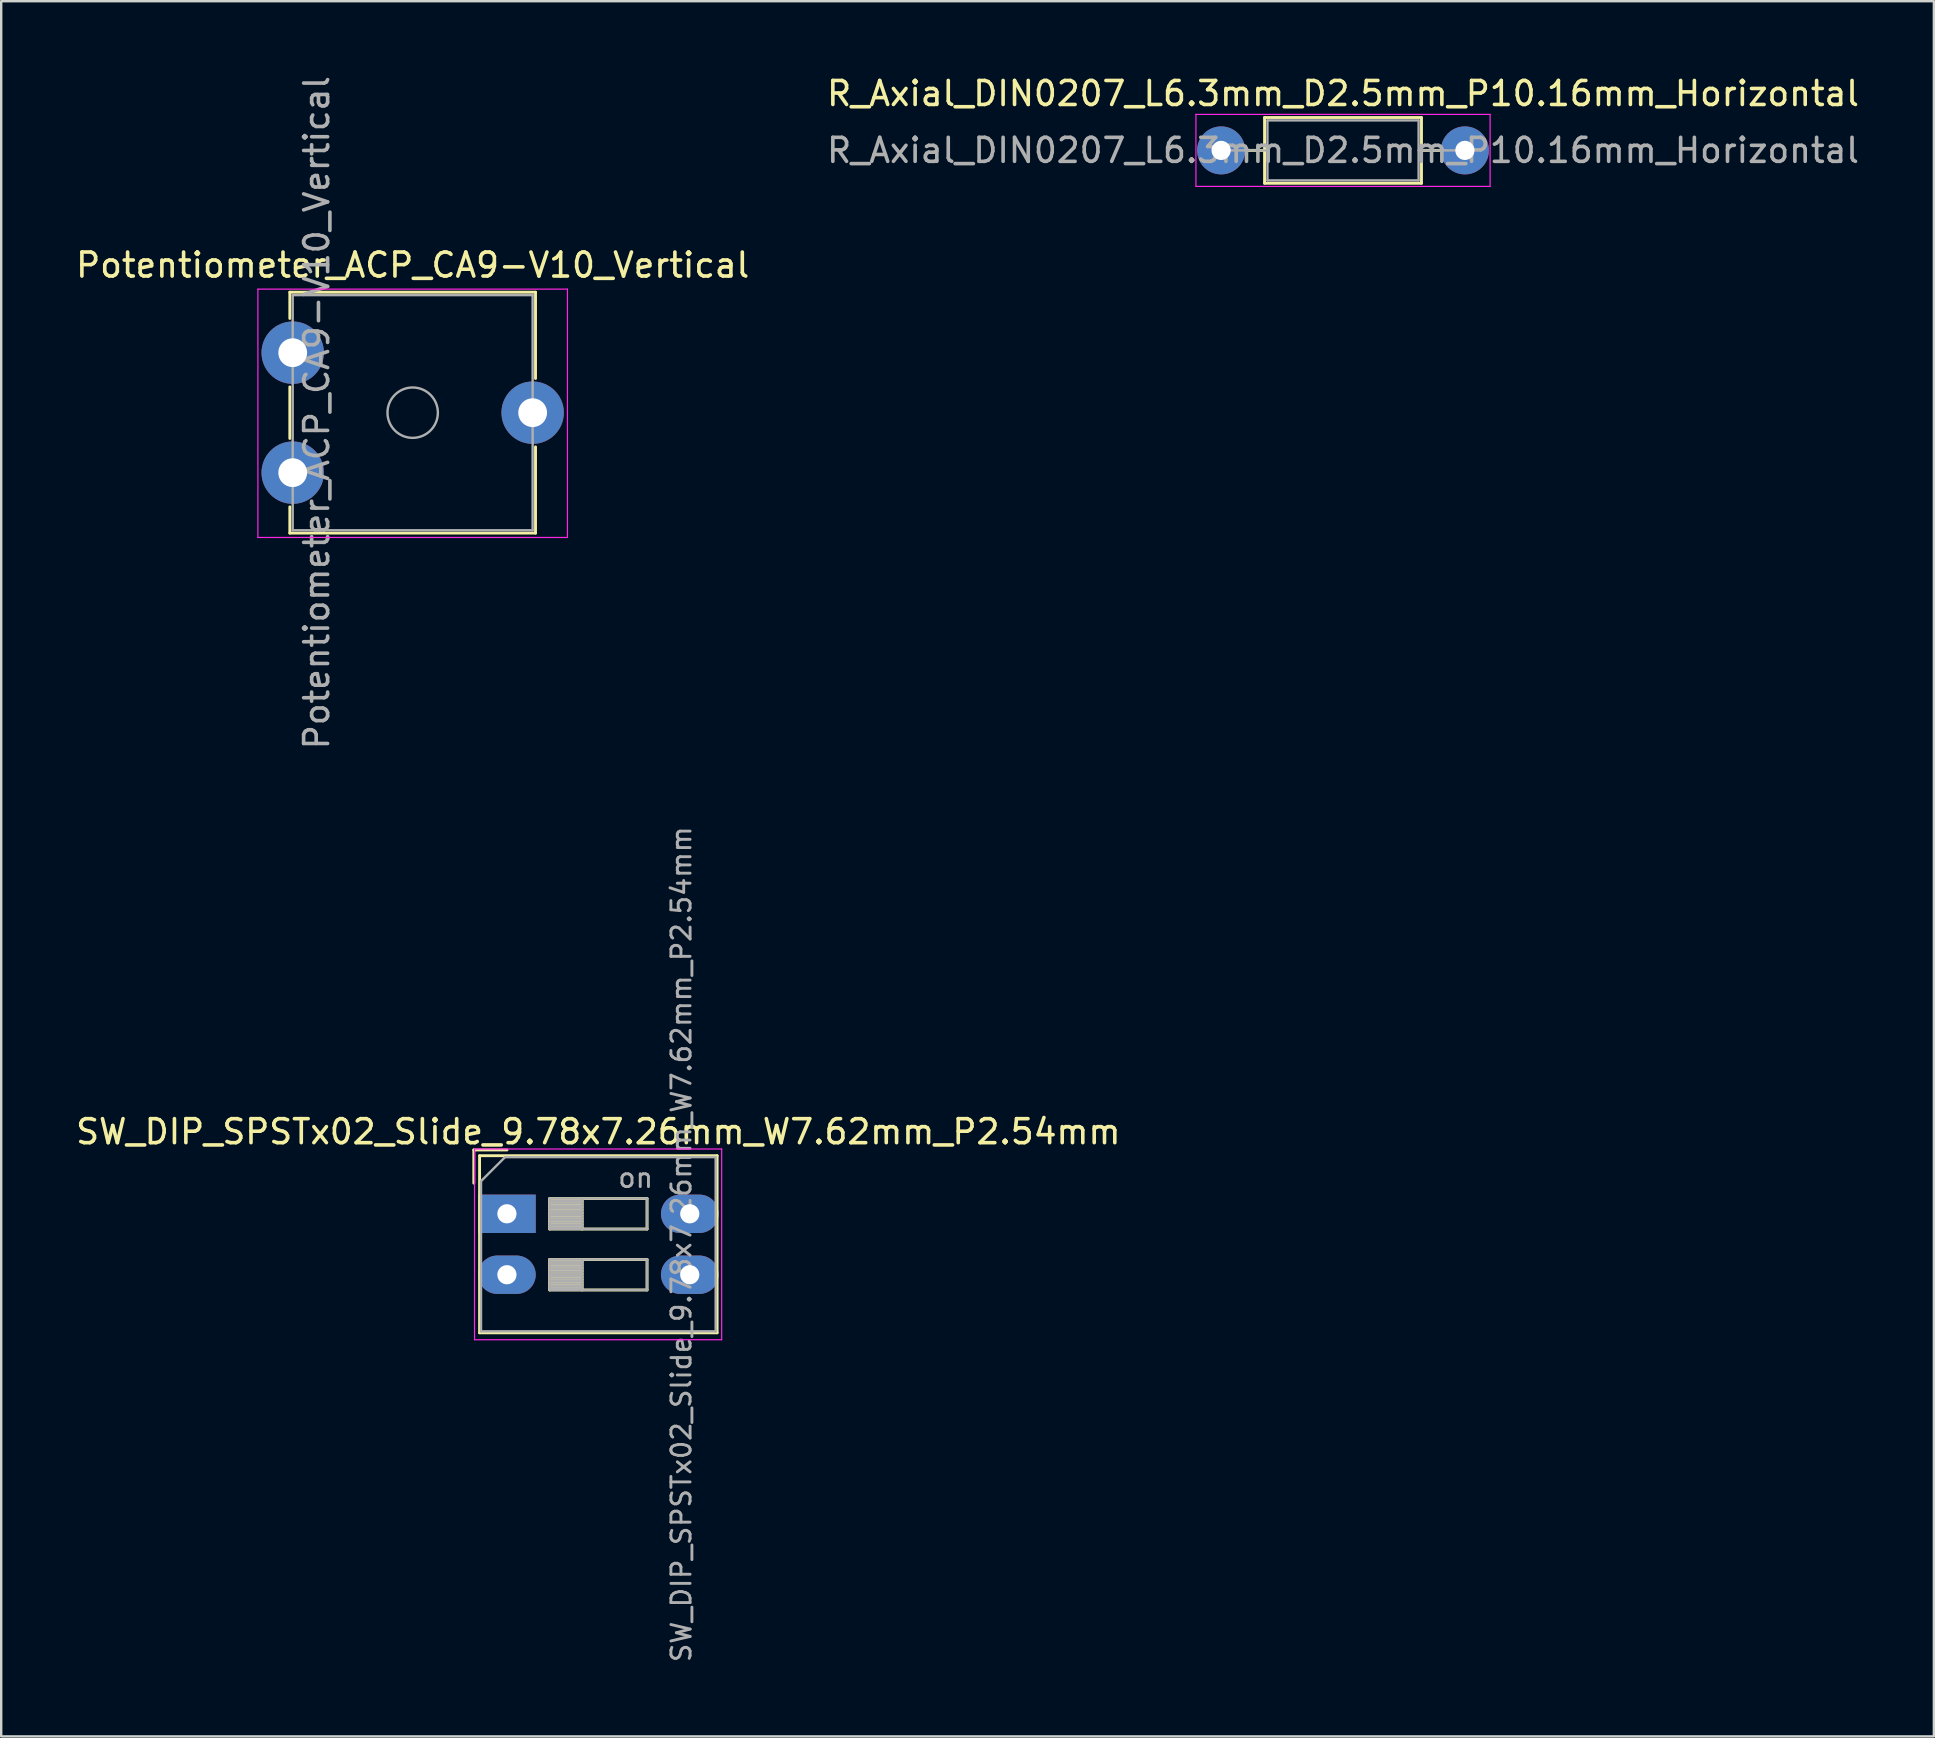
<source format=kicad_pcb>
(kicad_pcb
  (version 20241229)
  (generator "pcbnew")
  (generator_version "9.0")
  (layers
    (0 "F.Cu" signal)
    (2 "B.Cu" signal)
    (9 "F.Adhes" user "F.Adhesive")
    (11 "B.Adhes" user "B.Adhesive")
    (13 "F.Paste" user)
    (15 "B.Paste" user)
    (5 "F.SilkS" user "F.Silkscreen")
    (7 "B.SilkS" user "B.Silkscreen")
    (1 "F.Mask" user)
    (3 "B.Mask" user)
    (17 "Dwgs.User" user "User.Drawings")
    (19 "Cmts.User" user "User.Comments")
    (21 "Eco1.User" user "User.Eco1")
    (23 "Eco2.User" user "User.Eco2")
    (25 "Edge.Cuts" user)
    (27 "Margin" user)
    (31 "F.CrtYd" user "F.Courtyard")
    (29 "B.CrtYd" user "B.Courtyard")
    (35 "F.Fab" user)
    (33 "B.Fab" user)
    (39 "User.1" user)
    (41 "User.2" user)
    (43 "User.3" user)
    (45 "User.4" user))
  (footprint "SW_DIP_SPSTx02_Slide_9.78x7.26mm_W7.62mm_P2.54mm"
    (layer "F.Cu")
    (at 18.077 47.537)
    (property "Reference" "SW_DIP_SPSTx02_Slide_9.78x7.26mm_W7.62mm_P2.54mm" (at 3.81 -3.42 0) (layer "F.SilkS") (effects (font (size 1 1) (thickness 0.15))))
    (attr through_hole)
    (fp_line (start -1.38 -2.66) (end -1.38 -1.277) (stroke (width 0.12) (type solid)) (layer "F.SilkS"))
    (fp_line (start -1.38 -2.66) (end 0.004 -2.66) (stroke (width 0.12) (type solid)) (layer "F.SilkS"))
    (fp_line (start -1.14 -2.42) (end -1.14 4.96) (stroke (width 0.12) (type solid)) (layer "F.SilkS"))
    (fp_line (start -1.14 -2.42) (end 8.76 -2.42) (stroke (width 0.12) (type solid)) (layer "F.SilkS"))
    (fp_line (start -1.14 4.96) (end 8.76 4.96) (stroke (width 0.12) (type solid)) (layer "F.SilkS"))
    (fp_line (start 1.78 -0.635) (end 1.78 0.635) (stroke (width 0.12) (type solid)) (layer "F.SilkS"))
    (fp_line (start 1.78 -0.515) (end 3.133 -0.515) (stroke (width 0.12) (type solid)) (layer "F.SilkS"))
    (fp_line (start 1.78 -0.395) (end 3.133 -0.395) (stroke (width 0.12) (type solid)) (layer "F.SilkS"))
    (fp_line (start 1.78 -0.275) (end 3.133 -0.275) (stroke (width 0.12) (type solid)) (layer "F.SilkS"))
    (fp_line (start 1.78 -0.155) (end 3.133 -0.155) (stroke (width 0.12) (type solid)) (layer "F.SilkS"))
    (fp_line (start 1.78 -0.035) (end 3.133 -0.035) (stroke (width 0.12) (type solid)) (layer "F.SilkS"))
    (fp_line (start 1.78 0.085) (end 3.133 0.085) (stroke (width 0.12) (type solid)) (layer "F.SilkS"))
    (fp_line (start 1.78 0.205) (end 3.133 0.205) (stroke (width 0.12) (type solid)) (layer "F.SilkS"))
    (fp_line (start 1.78 0.325) (end 3.133 0.325) (stroke (width 0.12) (type solid)) (layer "F.SilkS"))
    (fp_line (start 1.78 0.445) (end 3.133 0.445) (stroke (width 0.12) (type solid)) (layer "F.SilkS"))
    (fp_line (start 1.78 0.565) (end 3.133 0.565) (stroke (width 0.12) (type solid)) (layer "F.SilkS"))
    (fp_line (start 1.78 0.635) (end 5.84 0.635) (stroke (width 0.12) (type solid)) (layer "F.SilkS"))
    (fp_line (start 1.78 1.905) (end 1.78 3.175) (stroke (width 0.12) (type solid)) (layer "F.SilkS"))
    (fp_line (start 1.78 2.025) (end 3.133 2.025) (stroke (width 0.12) (type solid)) (layer "F.SilkS"))
    (fp_line (start 1.78 2.145) (end 3.133 2.145) (stroke (width 0.12) (type solid)) (layer "F.SilkS"))
    (fp_line (start 1.78 2.265) (end 3.133 2.265) (stroke (width 0.12) (type solid)) (layer "F.SilkS"))
    (fp_line (start 1.78 2.385) (end 3.133 2.385) (stroke (width 0.12) (type solid)) (layer "F.SilkS"))
    (fp_line (start 1.78 2.505) (end 3.133 2.505) (stroke (width 0.12) (type solid)) (layer "F.SilkS"))
    (fp_line (start 1.78 2.625) (end 3.133 2.625) (stroke (width 0.12) (type solid)) (layer "F.SilkS"))
    (fp_line (start 1.78 2.745) (end 3.133 2.745) (stroke (width 0.12) (type solid)) (layer "F.SilkS"))
    (fp_line (start 1.78 2.865) (end 3.133 2.865) (stroke (width 0.12) (type solid)) (layer "F.SilkS"))
    (fp_line (start 1.78 2.985) (end 3.133 2.985) (stroke (width 0.12) (type solid)) (layer "F.SilkS"))
    (fp_line (start 1.78 3.105) (end 3.133 3.105) (stroke (width 0.12) (type solid)) (layer "F.SilkS"))
    (fp_line (start 1.78 3.175) (end 5.84 3.175) (stroke (width 0.12) (type solid)) (layer "F.SilkS"))
    (fp_line (start 3.133 -0.635) (end 3.133 0.635) (stroke (width 0.12) (type solid)) (layer "F.SilkS"))
    (fp_line (start 3.133 1.905) (end 3.133 3.175) (stroke (width 0.12) (type solid)) (layer "F.SilkS"))
    (fp_line (start 5.84 -0.635) (end 1.78 -0.635) (stroke (width 0.12) (type solid)) (layer "F.SilkS"))
    (fp_line (start 5.84 0.635) (end 5.84 -0.635) (stroke (width 0.12) (type solid)) (layer "F.SilkS"))
    (fp_line (start 5.84 1.905) (end 1.78 1.905) (stroke (width 0.12) (type solid)) (layer "F.SilkS"))
    (fp_line (start 5.84 3.175) (end 5.84 1.905) (stroke (width 0.12) (type solid)) (layer "F.SilkS"))
    (fp_line (start 8.76 -2.42) (end 8.76 4.96) (stroke (width 0.12) (type solid)) (layer "F.SilkS"))
    (fp_line (start -1.35 -2.7) (end -1.35 5.25) (stroke (width 0.05) (type solid)) (layer "F.CrtYd"))
    (fp_line (start -1.35 5.25) (end 8.95 5.25) (stroke (width 0.05) (type solid)) (layer "F.CrtYd"))
    (fp_line (start 8.95 -2.7) (end -1.35 -2.7) (stroke (width 0.05) (type solid)) (layer "F.CrtYd"))
    (fp_line (start 8.95 5.25) (end 8.95 -2.7) (stroke (width 0.05) (type solid)) (layer "F.CrtYd"))
    (fp_line (start -1.08 -1.36) (end -0.08 -2.36) (stroke (width 0.1) (type solid)) (layer "F.Fab"))
    (fp_line (start -1.08 4.9) (end -1.08 -1.36) (stroke (width 0.1) (type solid)) (layer "F.Fab"))
    (fp_line (start -0.08 -2.36) (end 8.7 -2.36) (stroke (width 0.1) (type solid)) (layer "F.Fab"))
    (fp_line (start 1.78 -0.635) (end 1.78 0.635) (stroke (width 0.1) (type solid)) (layer "F.Fab"))
    (fp_line (start 1.78 -0.535) (end 3.133 -0.535) (stroke (width 0.1) (type solid)) (layer "F.Fab"))
    (fp_line (start 1.78 -0.435) (end 3.133 -0.435) (stroke (width 0.1) (type solid)) (layer "F.Fab"))
    (fp_line (start 1.78 -0.335) (end 3.133 -0.335) (stroke (width 0.1) (type solid)) (layer "F.Fab"))
    (fp_line (start 1.78 -0.235) (end 3.133 -0.235) (stroke (width 0.1) (type solid)) (layer "F.Fab"))
    (fp_line (start 1.78 -0.135) (end 3.133 -0.135) (stroke (width 0.1) (type solid)) (layer "F.Fab"))
    (fp_line (start 1.78 -0.035) (end 3.133 -0.035) (stroke (width 0.1) (type solid)) (layer "F.Fab"))
    (fp_line (start 1.78 0.065) (end 3.133 0.065) (stroke (width 0.1) (type solid)) (layer "F.Fab"))
    (fp_line (start 1.78 0.165) (end 3.133 0.165) (stroke (width 0.1) (type solid)) (layer "F.Fab"))
    (fp_line (start 1.78 0.265) (end 3.133 0.265) (stroke (width 0.1) (type solid)) (layer "F.Fab"))
    (fp_line (start 1.78 0.365) (end 3.133 0.365) (stroke (width 0.1) (type solid)) (layer "F.Fab"))
    (fp_line (start 1.78 0.465) (end 3.133 0.465) (stroke (width 0.1) (type solid)) (layer "F.Fab"))
    (fp_line (start 1.78 0.565) (end 3.133 0.565) (stroke (width 0.1) (type solid)) (layer "F.Fab"))
    (fp_line (start 1.78 0.635) (end 5.84 0.635) (stroke (width 0.1) (type solid)) (layer "F.Fab"))
    (fp_line (start 1.78 1.905) (end 1.78 3.175) (stroke (width 0.1) (type solid)) (layer "F.Fab"))
    (fp_line (start 1.78 2.005) (end 3.133 2.005) (stroke (width 0.1) (type solid)) (layer "F.Fab"))
    (fp_line (start 1.78 2.105) (end 3.133 2.105) (stroke (width 0.1) (type solid)) (layer "F.Fab"))
    (fp_line (start 1.78 2.205) (end 3.133 2.205) (stroke (width 0.1) (type solid)) (layer "F.Fab"))
    (fp_line (start 1.78 2.305) (end 3.133 2.305) (stroke (width 0.1) (type solid)) (layer "F.Fab"))
    (fp_line (start 1.78 2.405) (end 3.133 2.405) (stroke (width 0.1) (type solid)) (layer "F.Fab"))
    (fp_line (start 1.78 2.505) (end 3.133 2.505) (stroke (width 0.1) (type solid)) (layer "F.Fab"))
    (fp_line (start 1.78 2.605) (end 3.133 2.605) (stroke (width 0.1) (type solid)) (layer "F.Fab"))
    (fp_line (start 1.78 2.705) (end 3.133 2.705) (stroke (width 0.1) (type solid)) (layer "F.Fab"))
    (fp_line (start 1.78 2.805) (end 3.133 2.805) (stroke (width 0.1) (type solid)) (layer "F.Fab"))
    (fp_line (start 1.78 2.905) (end 3.133 2.905) (stroke (width 0.1) (type solid)) (layer "F.Fab"))
    (fp_line (start 1.78 3.005) (end 3.133 3.005) (stroke (width 0.1) (type solid)) (layer "F.Fab"))
    (fp_line (start 1.78 3.105) (end 3.133 3.105) (stroke (width 0.1) (type solid)) (layer "F.Fab"))
    (fp_line (start 1.78 3.175) (end 5.84 3.175) (stroke (width 0.1) (type solid)) (layer "F.Fab"))
    (fp_line (start 3.133 -0.635) (end 3.133 0.635) (stroke (width 0.1) (type solid)) (layer "F.Fab"))
    (fp_line (start 3.133 1.905) (end 3.133 3.175) (stroke (width 0.1) (type solid)) (layer "F.Fab"))
    (fp_line (start 5.84 -0.635) (end 1.78 -0.635) (stroke (width 0.1) (type solid)) (layer "F.Fab"))
    (fp_line (start 5.84 0.635) (end 5.84 -0.635) (stroke (width 0.1) (type solid)) (layer "F.Fab"))
    (fp_line (start 5.84 1.905) (end 1.78 1.905) (stroke (width 0.1) (type solid)) (layer "F.Fab"))
    (fp_line (start 5.84 3.175) (end 5.84 1.905) (stroke (width 0.1) (type solid)) (layer "F.Fab"))
    (fp_line (start 8.7 -2.36) (end 8.7 4.9) (stroke (width 0.1) (type solid)) (layer "F.Fab"))
    (fp_line (start 8.7 4.9) (end -1.08 4.9) (stroke (width 0.1) (type solid)) (layer "F.Fab"))
    (fp_text user "${REFERENCE}" (at 7.27 1.27 90) (layer "F.Fab") (effects (font (size 0.8 0.8) (thickness 0.12))))
    (fp_text user "on" (at 5.365 -1.498 0) (layer "F.Fab") (effects (font (size 0.8 0.8) (thickness 0.12))))
    (pad "1" thru_hole rect (at 0 0) (size 2.4 1.6) (drill 0.8) (layers "*.Cu" "*.Mask"))
    (pad "2" thru_hole oval (at 0 2.54) (size 2.4 1.6) (drill 0.8) (layers "*.Cu" "*.Mask"))
    (pad "3" thru_hole oval (at 7.62 2.54) (size 2.4 1.6) (drill 0.8) (layers "*.Cu" "*.Mask"))
    (pad "4" thru_hole oval (at 7.62 0) (size 2.4 1.6) (drill 0.8) (layers "*.Cu" "*.Mask")))
  (footprint "Potentiometer_ACP_CA9-V10_Vertical"
    (layer "F.Cu")
    (at 9.149 16.649)
    (property "Reference" "Potentiometer_ACP_CA9-V10_Vertical" (at 5 -8.65 0) (layer "F.SilkS") (effects (font (size 1 1) (thickness 0.15))))
    (attr through_hole)
    (fp_line (start -0.12 -7.521) (end -0.12 -6.426) (stroke (width 0.12) (type solid)) (layer "F.SilkS"))
    (fp_line (start -0.12 -7.521) (end 10.12 -7.521) (stroke (width 0.12) (type solid)) (layer "F.SilkS"))
    (fp_line (start -0.12 -3.574) (end -0.12 -1.425) (stroke (width 0.12) (type solid)) (layer "F.SilkS"))
    (fp_line (start -0.12 1.425) (end -0.12 2.52) (stroke (width 0.12) (type solid)) (layer "F.SilkS"))
    (fp_line (start -0.12 2.52) (end 10.12 2.52) (stroke (width 0.12) (type solid)) (layer "F.SilkS"))
    (fp_line (start 10.12 -7.521) (end 10.12 -3.925) (stroke (width 0.12) (type solid)) (layer "F.SilkS"))
    (fp_line (start 10.12 -1.075) (end 10.12 2.52) (stroke (width 0.12) (type solid)) (layer "F.SilkS"))
    (fp_line (start -1.45 -7.65) (end -1.45 2.7) (stroke (width 0.05) (type solid)) (layer "F.CrtYd"))
    (fp_line (start -1.45 2.7) (end 11.45 2.7) (stroke (width 0.05) (type solid)) (layer "F.CrtYd"))
    (fp_line (start 11.45 -7.65) (end -1.45 -7.65) (stroke (width 0.05) (type solid)) (layer "F.CrtYd"))
    (fp_line (start 11.45 2.7) (end 11.45 -7.65) (stroke (width 0.05) (type solid)) (layer "F.CrtYd"))
    (fp_line (start 0 -7.4) (end 0 2.4) (stroke (width 0.1) (type solid)) (layer "F.Fab"))
    (fp_line (start 0 2.4) (end 10 2.4) (stroke (width 0.1) (type solid)) (layer "F.Fab"))
    (fp_line (start 10 -7.4) (end 0 -7.4) (stroke (width 0.1) (type solid)) (layer "F.Fab"))
    (fp_line (start 10 2.4) (end 10 -7.4) (stroke (width 0.1) (type solid)) (layer "F.Fab"))
    (fp_circle (center 5 -2.5) (end 6.05 -2.5) (stroke (width 0.1) (type solid)) (fill no) (layer "F.Fab"))
    (fp_text user "${REFERENCE}" (at 1 -2.5 90) (layer "F.Fab") (effects (font (size 1 1) (thickness 0.15))))
    (pad "1" thru_hole circle (at 0 0) (size 2.6 2.6) (drill 1.2) (layers "*.Cu" "*.Mask"))
    (pad "2" thru_hole circle (at 10 -2.5) (size 2.6 2.6) (drill 1.2) (layers "*.Cu" "*.Mask"))
    (pad "3" thru_hole circle (at 0 -5) (size 2.6 2.6) (drill 1.2) (layers "*.Cu" "*.Mask")))
  (footprint "R_Axial_DIN0207_L6.3mm_D2.5mm_P10.16mm_Horizontal"
    (layer "F.Cu")
    (at 47.843 3.218)
    (property "Reference" "R_Axial_DIN0207_L6.3mm_D2.5mm_P10.16mm_Horizontal" (at 5.08 -2.37 0) (layer "F.SilkS") (effects (font (size 1 1) (thickness 0.15))))
    (attr through_hole)
    (fp_line (start 1.04 0) (end 1.81 0) (stroke (width 0.12) (type solid)) (layer "F.SilkS"))
    (fp_line (start 1.81 -1.37) (end 1.81 1.37) (stroke (width 0.12) (type solid)) (layer "F.SilkS"))
    (fp_line (start 1.81 1.37) (end 8.35 1.37) (stroke (width 0.12) (type solid)) (layer "F.SilkS"))
    (fp_line (start 8.35 -1.37) (end 1.81 -1.37) (stroke (width 0.12) (type solid)) (layer "F.SilkS"))
    (fp_line (start 8.35 1.37) (end 8.35 -1.37) (stroke (width 0.12) (type solid)) (layer "F.SilkS"))
    (fp_line (start 9.12 0) (end 8.35 0) (stroke (width 0.12) (type solid)) (layer "F.SilkS"))
    (fp_line (start -1.05 -1.5) (end -1.05 1.5) (stroke (width 0.05) (type solid)) (layer "F.CrtYd"))
    (fp_line (start -1.05 1.5) (end 11.21 1.5) (stroke (width 0.05) (type solid)) (layer "F.CrtYd"))
    (fp_line (start 11.21 -1.5) (end -1.05 -1.5) (stroke (width 0.05) (type solid)) (layer "F.CrtYd"))
    (fp_line (start 11.21 1.5) (end 11.21 -1.5) (stroke (width 0.05) (type solid)) (layer "F.CrtYd"))
    (fp_line (start 0 0) (end 1.93 0) (stroke (width 0.1) (type solid)) (layer "F.Fab"))
    (fp_line (start 1.93 -1.25) (end 1.93 1.25) (stroke (width 0.1) (type solid)) (layer "F.Fab"))
    (fp_line (start 1.93 1.25) (end 8.23 1.25) (stroke (width 0.1) (type solid)) (layer "F.Fab"))
    (fp_line (start 8.23 -1.25) (end 1.93 -1.25) (stroke (width 0.1) (type solid)) (layer "F.Fab"))
    (fp_line (start 8.23 1.25) (end 8.23 -1.25) (stroke (width 0.1) (type solid)) (layer "F.Fab"))
    (fp_line (start 10.16 0) (end 8.23 0) (stroke (width 0.1) (type solid)) (layer "F.Fab"))
    (fp_text user "${REFERENCE}" (at 5.08 0 0) (layer "F.Fab") (effects (font (size 1 1) (thickness 0.15))))
    (pad "1" thru_hole circle (at 0 0) (size 2 2) (drill 0.8) (layers "*.Cu" "*.Mask"))
    (pad "2" thru_hole circle (at 10.16 0) (size 2 2) (drill 0.8) (layers "*.Cu" "*.Mask")))
  (gr_rect
    (start -3 -3)
    (end 77.548 69.317)
    (stroke (width 0.1) (type default))
    (fill no)
    (layer "Edge.Cuts")))
</source>
